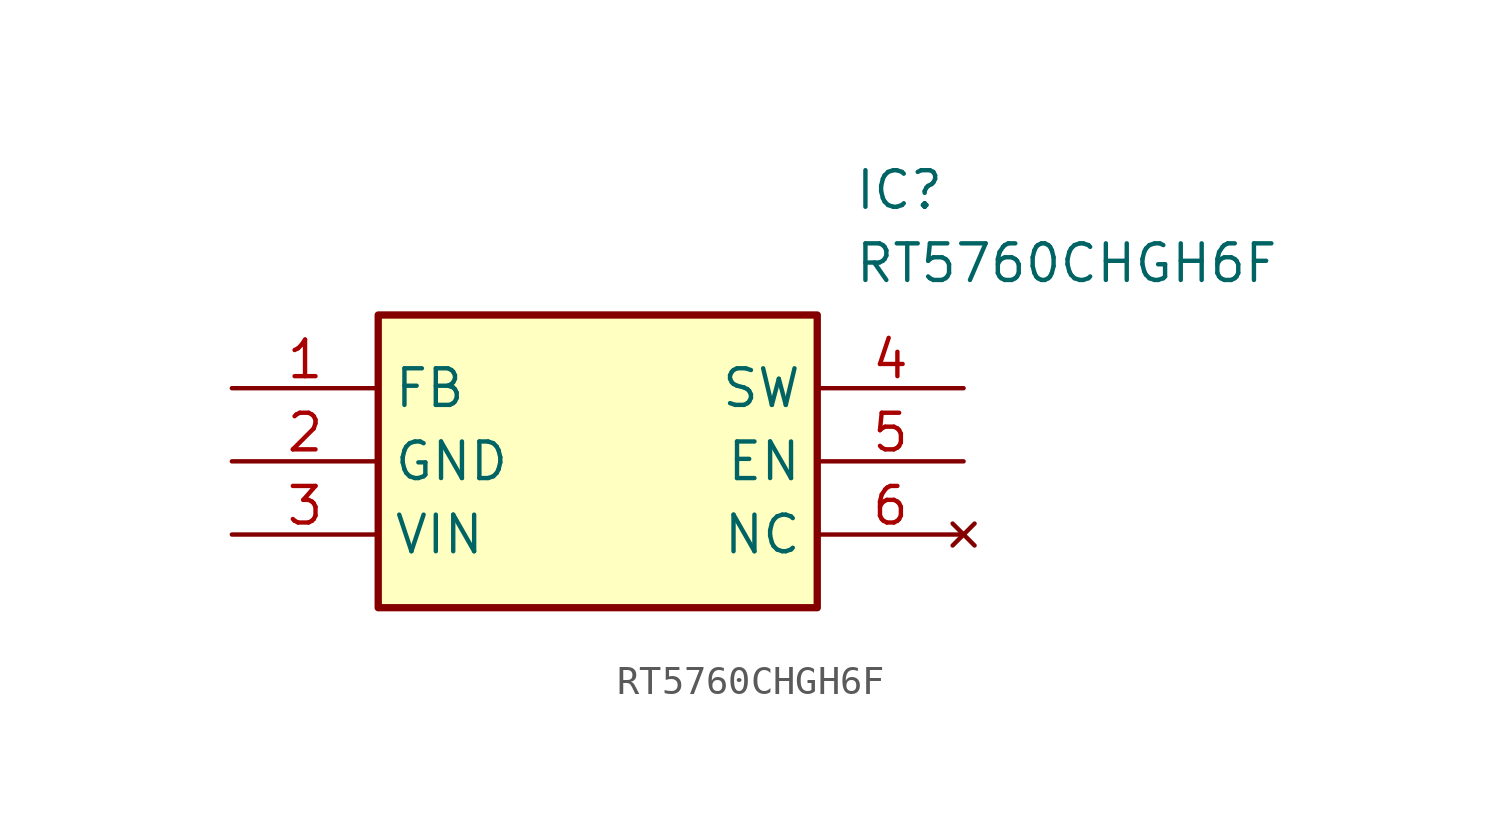
<source format=kicad_sym>
(kicad_symbol_lib
  (version 20211014)
  (generator SamacSys_ECAD_Model)
  (symbol "RT5760CHGH6F"
    (property "Reference" "IC"
      (at 21.59 7.62 0)
      (effects (font (size 1.27 1.27)) (justify left top)))
    (property "Value" "RT5760CHGH6F"
      (at 21.59 5.08 0)
      (effects (font (size 1.27 1.27)) (justify left top)))
    (rectangle
      (start 5.08 2.54)
      (end 20.32 -7.62)
      (stroke (width 0.254) (type default))
      (fill (type background)))
    (pin passive line
      (at 0 0 0)
      (length 5.08)
      (name "FB" (effects (font (size 1.27 1.27))))
      (number "1" (effects (font (size 1.27 1.27)))))
    (pin passive line
      (at 0 -2.54 0)
      (length 5.08)
      (name "GND" (effects (font (size 1.27 1.27))))
      (number "2" (effects (font (size 1.27 1.27)))))
    (pin passive line
      (at 0 -5.08 0)
      (length 5.08)
      (name "VIN" (effects (font (size 1.27 1.27))))
      (number "3" (effects (font (size 1.27 1.27)))))
    (pin passive line
      (at 25.4 0 180)
      (length 5.08)
      (name "SW" (effects (font (size 1.27 1.27))))
      (number "4" (effects (font (size 1.27 1.27)))))
    (pin passive line
      (at 25.4 -2.54 180)
      (length 5.08)
      (name "EN" (effects (font (size 1.27 1.27))))
      (number "5" (effects (font (size 1.27 1.27)))))
    (pin no_connect line
      (at 25.4 -5.08 180)
      (length 5.08)
      (name "NC" (effects (font (size 1.27 1.27))))
      (number "6" (effects (font (size 1.27 1.27)))))))
</source>
